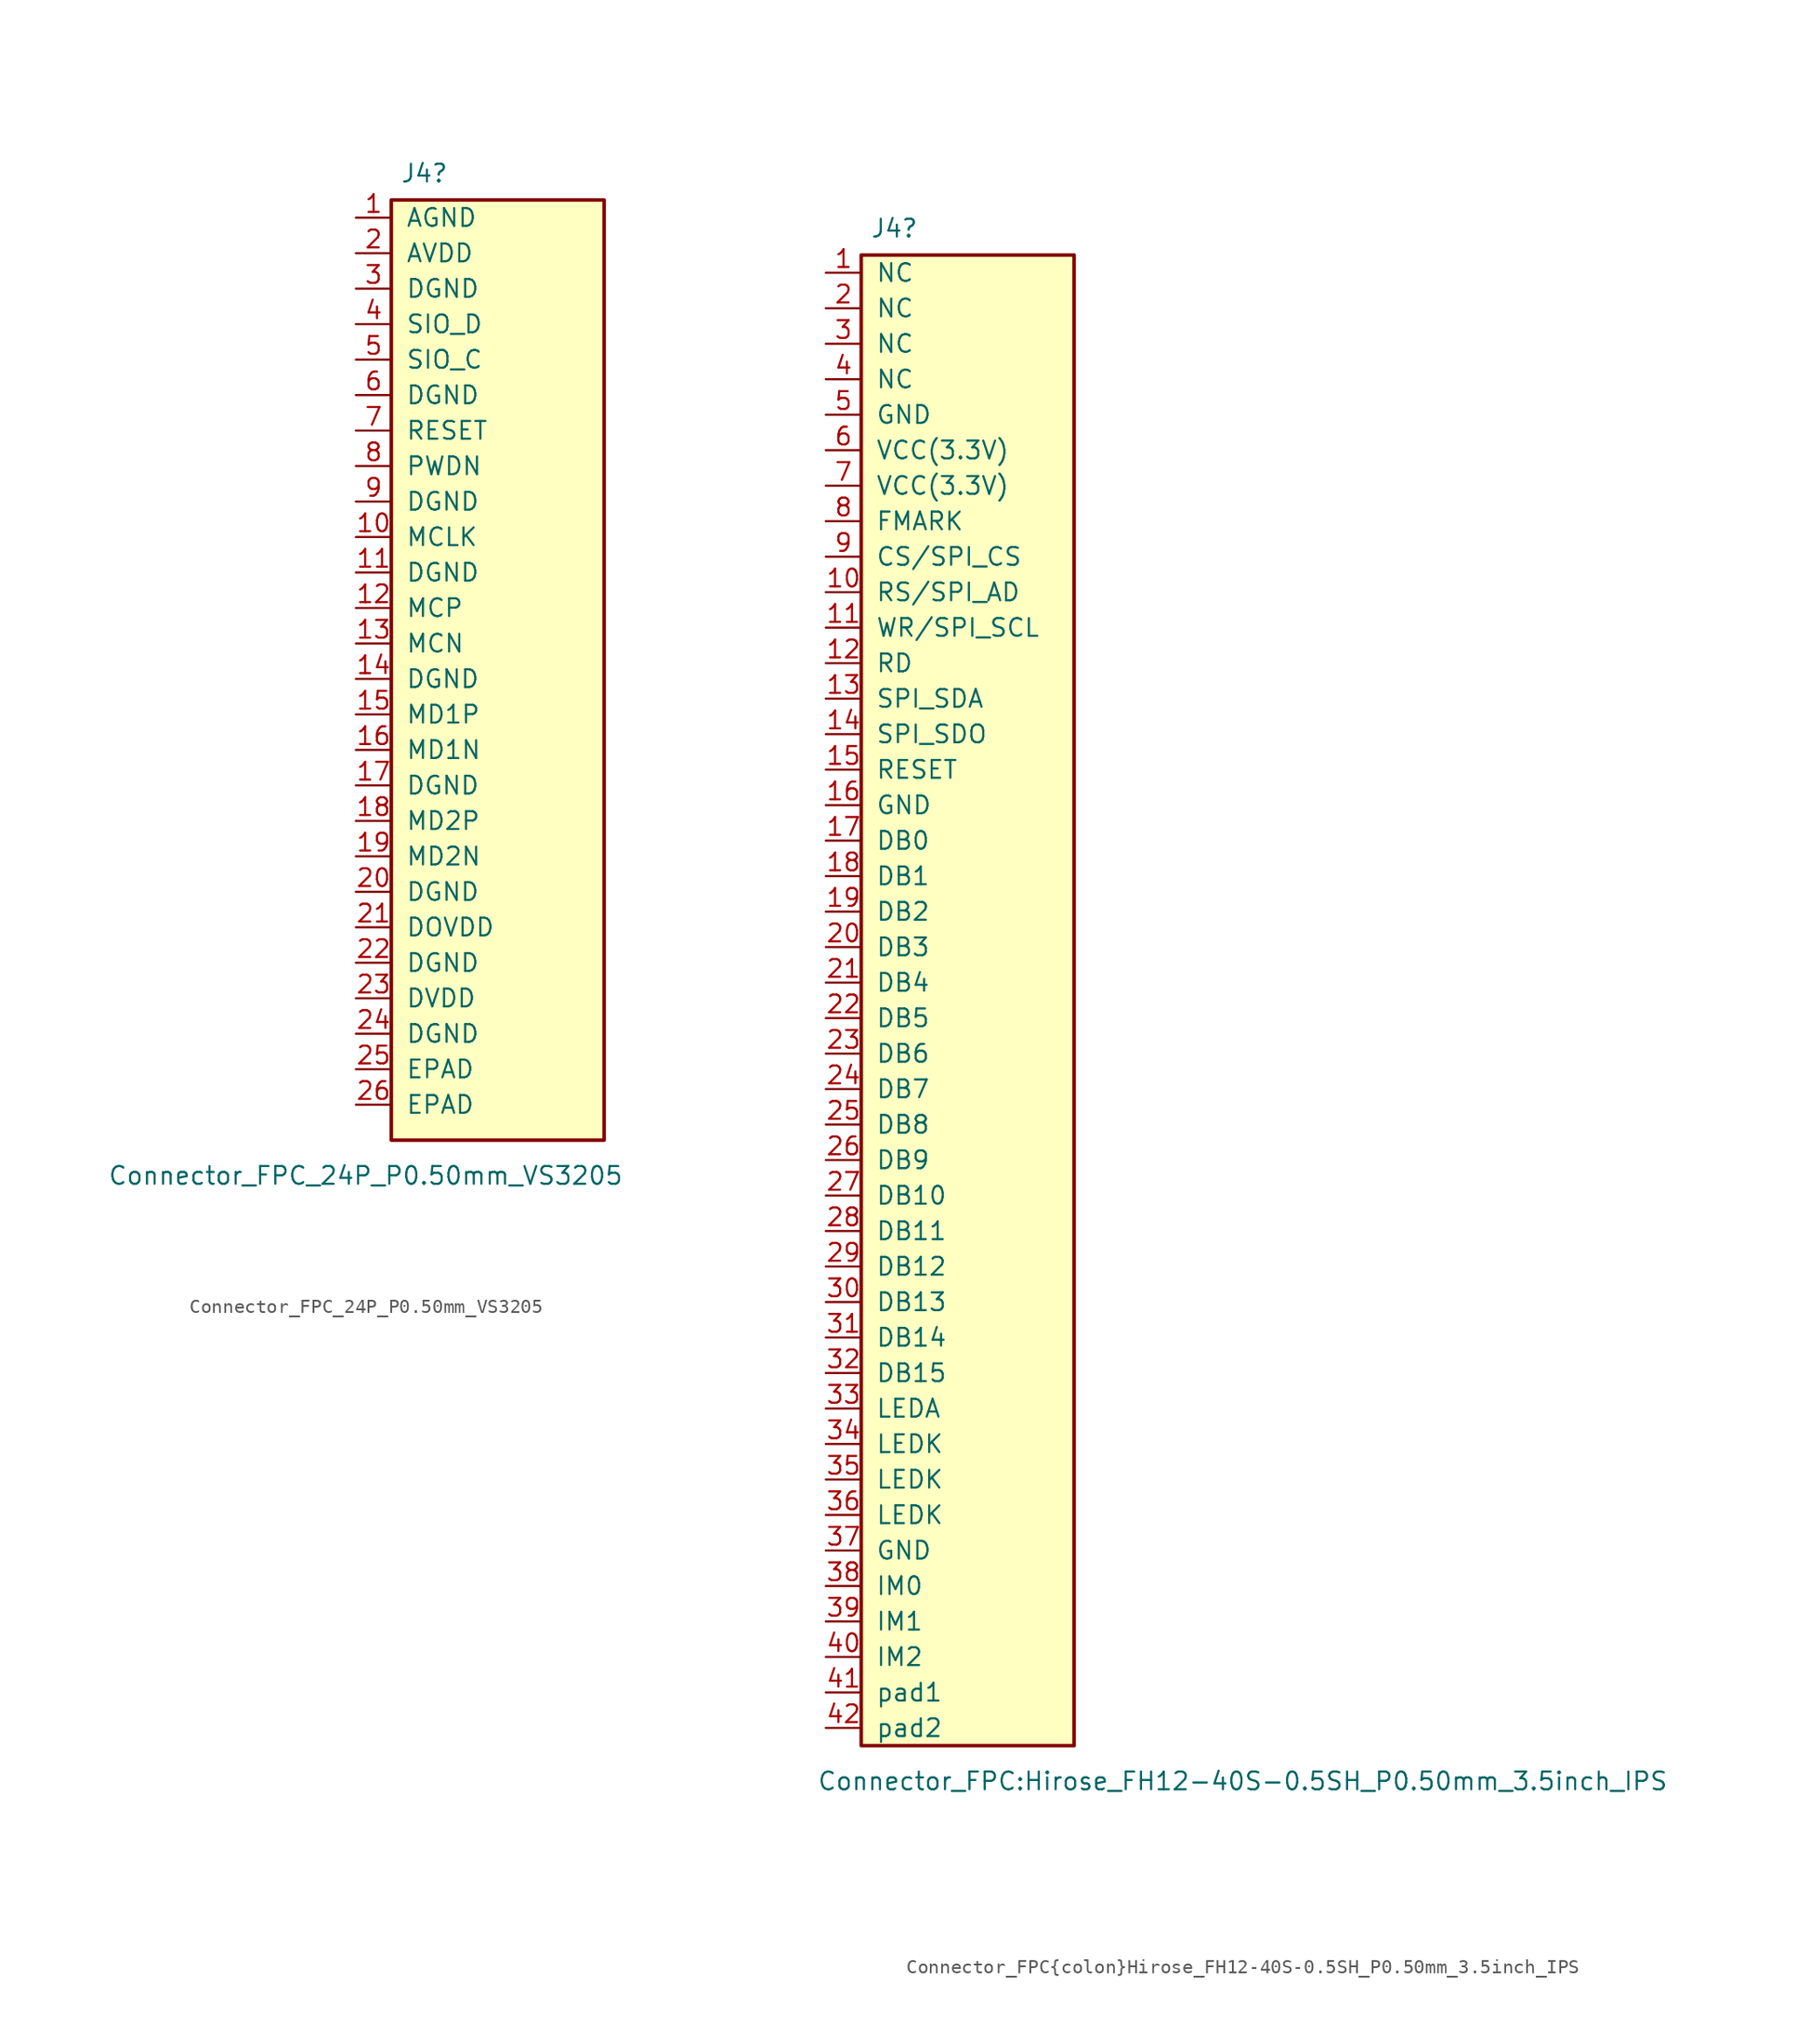
<source format=kicad_sym>
(kicad_symbol_lib
  (version 20211014)
  (generator kicad_symbol_editor)
  (symbol "Connector_FPC_24P_P0.50mm_VS3205"
    (pin_names
      (offset 1.016))
    (property "Reference" "J4"
      (at -12.065 46.355 0)
      (effects (font (size 1.27 1.27)) (justify left)))
    (property "Value" "Connector_FPC_24P_P0.50mm_VS3205"
      (at -33.02 -25.4 0)
      (effects (font (size 1.27 1.27)) (justify left)))
    (symbol "Connector_FPC_24P_P0.50mm_VS3205_0_0"
      (pin bidirectional line (at -15.24 43.18 0) (length 2.54) (name "AGND" (effects (font (size 1.27 1.27)))) (number "1" (effects (font (size 1.27 1.27)))))
      (pin bidirectional line (at -15.24 20.32 0) (length 2.54) (name "MCLK" (effects (font (size 1.27 1.27)))) (number "10" (effects (font (size 1.27 1.27)))))
      (pin bidirectional line (at -15.24 17.78 0) (length 2.54) (name "DGND" (effects (font (size 1.27 1.27)))) (number "11" (effects (font (size 1.27 1.27)))))
      (pin bidirectional line (at -15.24 15.24 0) (length 2.54) (name "MCP" (effects (font (size 1.27 1.27)))) (number "12" (effects (font (size 1.27 1.27)))))
      (pin bidirectional line (at -15.24 12.7 0) (length 2.54) (name "MCN" (effects (font (size 1.27 1.27)))) (number "13" (effects (font (size 1.27 1.27)))))
      (pin bidirectional line (at -15.24 10.16 0) (length 2.54) (name "DGND" (effects (font (size 1.27 1.27)))) (number "14" (effects (font (size 1.27 1.27)))))
      (pin bidirectional line (at -15.24 7.62 0) (length 2.54) (name "MD1P" (effects (font (size 1.27 1.27)))) (number "15" (effects (font (size 1.27 1.27)))))
      (pin bidirectional line (at -15.24 5.08 0) (length 2.54) (name "MD1N" (effects (font (size 1.27 1.27)))) (number "16" (effects (font (size 1.27 1.27)))))
      (pin bidirectional line (at -15.24 2.54 0) (length 2.54) (name "DGND" (effects (font (size 1.27 1.27)))) (number "17" (effects (font (size 1.27 1.27)))))
      (pin bidirectional line (at -15.24 0 0) (length 2.54) (name "MD2P" (effects (font (size 1.27 1.27)))) (number "18" (effects (font (size 1.27 1.27)))))
      (pin bidirectional line (at -15.24 -2.54 0) (length 2.54) (name "MD2N" (effects (font (size 1.27 1.27)))) (number "19" (effects (font (size 1.27 1.27)))))
      (pin bidirectional line (at -15.24 40.64 0) (length 2.54) (name "AVDD" (effects (font (size 1.27 1.27)))) (number "2" (effects (font (size 1.27 1.27)))))
      (pin bidirectional line (at -15.24 -5.08 0) (length 2.54) (name "DGND" (effects (font (size 1.27 1.27)))) (number "20" (effects (font (size 1.27 1.27)))))
      (pin bidirectional line (at -15.24 -7.62 0) (length 2.54) (name "DOVDD" (effects (font (size 1.27 1.27)))) (number "21" (effects (font (size 1.27 1.27)))))
      (pin bidirectional line (at -15.24 -10.16 0) (length 2.54) (name "DGND" (effects (font (size 1.27 1.27)))) (number "22" (effects (font (size 1.27 1.27)))))
      (pin bidirectional line (at -15.24 -12.7 0) (length 2.54) (name "DVDD" (effects (font (size 1.27 1.27)))) (number "23" (effects (font (size 1.27 1.27)))))
      (pin bidirectional line (at -15.24 -15.24 0) (length 2.54) (name "DGND" (effects (font (size 1.27 1.27)))) (number "24" (effects (font (size 1.27 1.27)))))
      (pin bidirectional line (at -15.24 -17.78 0) (length 2.54) (name "EPAD" (effects (font (size 1.27 1.27)))) (number "25" (effects (font (size 1.27 1.27)))))
      (pin bidirectional line (at -15.24 -20.32 0) (length 2.54) (name "EPAD" (effects (font (size 1.27 1.27)))) (number "26" (effects (font (size 1.27 1.27)))))
      (pin bidirectional line (at -15.24 38.1 0) (length 2.54) (name "DGND" (effects (font (size 1.27 1.27)))) (number "3" (effects (font (size 1.27 1.27)))))
      (pin bidirectional line (at -15.24 35.56 0) (length 2.54) (name "SIO_D" (effects (font (size 1.27 1.27)))) (number "4" (effects (font (size 1.27 1.27)))))
      (pin bidirectional line (at -15.24 33.02 0) (length 2.54) (name "SIO_C" (effects (font (size 1.27 1.27)))) (number "5" (effects (font (size 1.27 1.27)))))
      (pin bidirectional line (at -15.24 30.48 0) (length 2.54) (name "DGND" (effects (font (size 1.27 1.27)))) (number "6" (effects (font (size 1.27 1.27)))))
      (pin bidirectional line (at -15.24 27.94 0) (length 2.54) (name "RESET" (effects (font (size 1.27 1.27)))) (number "7" (effects (font (size 1.27 1.27)))))
      (pin bidirectional line (at -15.24 25.4 0) (length 2.54) (name "PWDN" (effects (font (size 1.27 1.27)))) (number "8" (effects (font (size 1.27 1.27)))))
      (pin bidirectional line (at -15.24 22.86 0) (length 2.54) (name "DGND" (effects (font (size 1.27 1.27)))) (number "9" (effects (font (size 1.27 1.27))))))
    (symbol "Connector_FPC_24P_P0.50mm_VS3205_0_1"
      (rectangle (start -12.7 44.45) (end 2.54 -22.86) (stroke (width 0.254) (type default) (color 0 0 0 0)) (fill (type background)))))
  (symbol "Connector_FPC{colon}Hirose_FH12-40S-0.5SH_P0.50mm_3.5inch_IPS"
    (pin_names
      (offset 1.016))
    (property "Reference" "J4"
      (at -12.065 46.355 0)
      (effects (font (size 1.27 1.27)) (justify left)))
    (property "Value" "Connector_FPC{colon}Hirose_FH12-40S-0.5SH_P0.50mm_3.5inch_IPS"
      (at -15.875 -64.77 0)
      (effects (font (size 1.27 1.27)) (justify left)))
    (symbol "Connector_FPC{colon}Hirose_FH12-40S-0.5SH_P0.50mm_3.5inch_IPS_0_0"
      (pin bidirectional line (at -15.24 43.18 0) (length 2.54) (name "NC" (effects (font (size 1.27 1.27)))) (number "1" (effects (font (size 1.27 1.27)))))
      (pin bidirectional line (at -15.24 20.32 0) (length 2.54) (name "RS/SPI_AD" (effects (font (size 1.27 1.27)))) (number "10" (effects (font (size 1.27 1.27)))))
      (pin bidirectional line (at -15.24 17.78 0) (length 2.54) (name "WR/SPI_SCL" (effects (font (size 1.27 1.27)))) (number "11" (effects (font (size 1.27 1.27)))))
      (pin bidirectional line (at -15.24 15.24 0) (length 2.54) (name "RD" (effects (font (size 1.27 1.27)))) (number "12" (effects (font (size 1.27 1.27)))))
      (pin bidirectional line (at -15.24 12.7 0) (length 2.54) (name "SPI_SDA" (effects (font (size 1.27 1.27)))) (number "13" (effects (font (size 1.27 1.27)))))
      (pin bidirectional line (at -15.24 10.16 0) (length 2.54) (name "SPI_SDO" (effects (font (size 1.27 1.27)))) (number "14" (effects (font (size 1.27 1.27)))))
      (pin bidirectional line (at -15.24 7.62 0) (length 2.54) (name "RESET" (effects (font (size 1.27 1.27)))) (number "15" (effects (font (size 1.27 1.27)))))
      (pin bidirectional line (at -15.24 5.08 0) (length 2.54) (name "GND" (effects (font (size 1.27 1.27)))) (number "16" (effects (font (size 1.27 1.27)))))
      (pin bidirectional line (at -15.24 2.54 0) (length 2.54) (name "DB0" (effects (font (size 1.27 1.27)))) (number "17" (effects (font (size 1.27 1.27)))))
      (pin bidirectional line (at -15.24 0 0) (length 2.54) (name "DB1" (effects (font (size 1.27 1.27)))) (number "18" (effects (font (size 1.27 1.27)))))
      (pin bidirectional line (at -15.24 -2.54 0) (length 2.54) (name "DB2" (effects (font (size 1.27 1.27)))) (number "19" (effects (font (size 1.27 1.27)))))
      (pin bidirectional line (at -15.24 40.64 0) (length 2.54) (name "NC" (effects (font (size 1.27 1.27)))) (number "2" (effects (font (size 1.27 1.27)))))
      (pin bidirectional line (at -15.24 -5.08 0) (length 2.54) (name "DB3" (effects (font (size 1.27 1.27)))) (number "20" (effects (font (size 1.27 1.27)))))
      (pin bidirectional line (at -15.24 -7.62 0) (length 2.54) (name "DB4" (effects (font (size 1.27 1.27)))) (number "21" (effects (font (size 1.27 1.27)))))
      (pin bidirectional line (at -15.24 -10.16 0) (length 2.54) (name "DB5" (effects (font (size 1.27 1.27)))) (number "22" (effects (font (size 1.27 1.27)))))
      (pin bidirectional line (at -15.24 -12.7 0) (length 2.54) (name "DB6" (effects (font (size 1.27 1.27)))) (number "23" (effects (font (size 1.27 1.27)))))
      (pin bidirectional line (at -15.24 -15.24 0) (length 2.54) (name "DB7" (effects (font (size 1.27 1.27)))) (number "24" (effects (font (size 1.27 1.27)))))
      (pin bidirectional line (at -15.24 -17.78 0) (length 2.54) (name "DB8" (effects (font (size 1.27 1.27)))) (number "25" (effects (font (size 1.27 1.27)))))
      (pin bidirectional line (at -15.24 -20.32 0) (length 2.54) (name "DB9" (effects (font (size 1.27 1.27)))) (number "26" (effects (font (size 1.27 1.27)))))
      (pin bidirectional line (at -15.24 -22.86 0) (length 2.54) (name "DB10" (effects (font (size 1.27 1.27)))) (number "27" (effects (font (size 1.27 1.27)))))
      (pin bidirectional line (at -15.24 -25.4 0) (length 2.54) (name "DB11" (effects (font (size 1.27 1.27)))) (number "28" (effects (font (size 1.27 1.27)))))
      (pin bidirectional line (at -15.24 -27.94 0) (length 2.54) (name "DB12" (effects (font (size 1.27 1.27)))) (number "29" (effects (font (size 1.27 1.27)))))
      (pin bidirectional line (at -15.24 38.1 0) (length 2.54) (name "NC" (effects (font (size 1.27 1.27)))) (number "3" (effects (font (size 1.27 1.27)))))
      (pin bidirectional line (at -15.24 -30.48 0) (length 2.54) (name "DB13" (effects (font (size 1.27 1.27)))) (number "30" (effects (font (size 1.27 1.27)))))
      (pin bidirectional line (at -15.24 -33.02 0) (length 2.54) (name "DB14" (effects (font (size 1.27 1.27)))) (number "31" (effects (font (size 1.27 1.27)))))
      (pin bidirectional line (at -15.24 -35.56 0) (length 2.54) (name "DB15" (effects (font (size 1.27 1.27)))) (number "32" (effects (font (size 1.27 1.27)))))
      (pin bidirectional line (at -15.24 -38.1 0) (length 2.54) (name "LEDA" (effects (font (size 1.27 1.27)))) (number "33" (effects (font (size 1.27 1.27)))))
      (pin bidirectional line (at -15.24 -40.64 0) (length 2.54) (name "LEDK" (effects (font (size 1.27 1.27)))) (number "34" (effects (font (size 1.27 1.27)))))
      (pin bidirectional line (at -15.24 -43.18 0) (length 2.54) (name "LEDK" (effects (font (size 1.27 1.27)))) (number "35" (effects (font (size 1.27 1.27)))))
      (pin bidirectional line (at -15.24 -45.72 0) (length 2.54) (name "LEDK" (effects (font (size 1.27 1.27)))) (number "36" (effects (font (size 1.27 1.27)))))
      (pin bidirectional line (at -15.24 -48.26 0) (length 2.54) (name "GND" (effects (font (size 1.27 1.27)))) (number "37" (effects (font (size 1.27 1.27)))))
      (pin bidirectional line (at -15.24 -50.8 0) (length 2.54) (name "IM0" (effects (font (size 1.27 1.27)))) (number "38" (effects (font (size 1.27 1.27)))))
      (pin bidirectional line (at -15.24 -53.34 0) (length 2.54) (name "IM1" (effects (font (size 1.27 1.27)))) (number "39" (effects (font (size 1.27 1.27)))))
      (pin bidirectional line (at -15.24 35.56 0) (length 2.54) (name "NC" (effects (font (size 1.27 1.27)))) (number "4" (effects (font (size 1.27 1.27)))))
      (pin bidirectional line (at -15.24 -55.88 0) (length 2.54) (name "IM2" (effects (font (size 1.27 1.27)))) (number "40" (effects (font (size 1.27 1.27)))))
      (pin bidirectional line (at -15.24 -58.42 0) (length 2.54) (name "pad1" (effects (font (size 1.27 1.27)))) (number "41" (effects (font (size 1.27 1.27)))))
      (pin bidirectional line (at -15.24 -60.96 0) (length 2.54) (name "pad2" (effects (font (size 1.27 1.27)))) (number "42" (effects (font (size 1.27 1.27)))))
      (pin bidirectional line (at -15.24 33.02 0) (length 2.54) (name "GND" (effects (font (size 1.27 1.27)))) (number "5" (effects (font (size 1.27 1.27)))))
      (pin bidirectional line (at -15.24 30.48 0) (length 2.54) (name "VCC(3.3V)" (effects (font (size 1.27 1.27)))) (number "6" (effects (font (size 1.27 1.27)))))
      (pin bidirectional line (at -15.24 27.94 0) (length 2.54) (name "VCC(3.3V)" (effects (font (size 1.27 1.27)))) (number "7" (effects (font (size 1.27 1.27)))))
      (pin bidirectional line (at -15.24 25.4 0) (length 2.54) (name "FMARK" (effects (font (size 1.27 1.27)))) (number "8" (effects (font (size 1.27 1.27)))))
      (pin bidirectional line (at -15.24 22.86 0) (length 2.54) (name "CS/SPI_CS" (effects (font (size 1.27 1.27)))) (number "9" (effects (font (size 1.27 1.27))))))
    (symbol "Connector_FPC{colon}Hirose_FH12-40S-0.5SH_P0.50mm_3.5inch_IPS_0_1"
      (rectangle (start -12.7 44.45) (end 2.54 -62.23) (stroke (width 0.254) (type default) (color 0 0 0 0)) (fill (type background))))))
</source>
